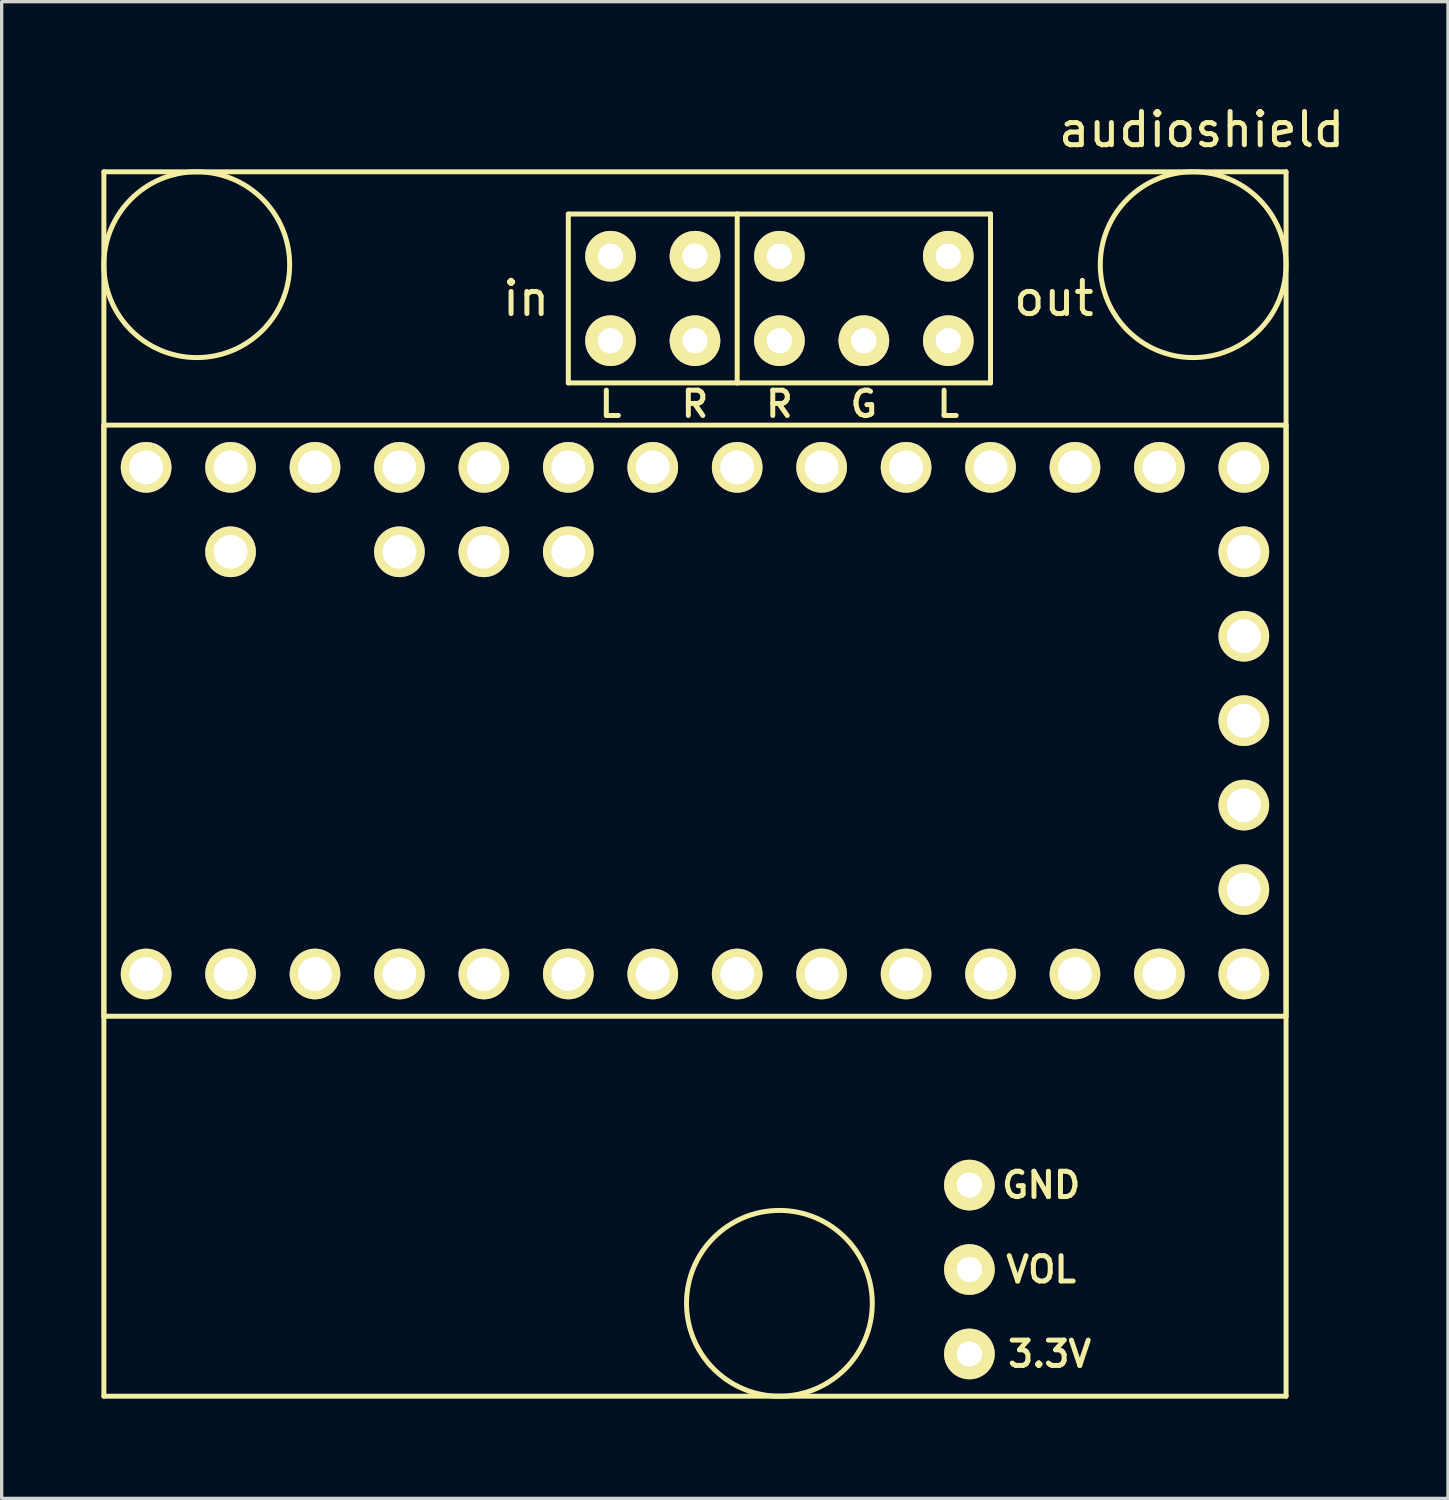
<source format=kicad_pcb>
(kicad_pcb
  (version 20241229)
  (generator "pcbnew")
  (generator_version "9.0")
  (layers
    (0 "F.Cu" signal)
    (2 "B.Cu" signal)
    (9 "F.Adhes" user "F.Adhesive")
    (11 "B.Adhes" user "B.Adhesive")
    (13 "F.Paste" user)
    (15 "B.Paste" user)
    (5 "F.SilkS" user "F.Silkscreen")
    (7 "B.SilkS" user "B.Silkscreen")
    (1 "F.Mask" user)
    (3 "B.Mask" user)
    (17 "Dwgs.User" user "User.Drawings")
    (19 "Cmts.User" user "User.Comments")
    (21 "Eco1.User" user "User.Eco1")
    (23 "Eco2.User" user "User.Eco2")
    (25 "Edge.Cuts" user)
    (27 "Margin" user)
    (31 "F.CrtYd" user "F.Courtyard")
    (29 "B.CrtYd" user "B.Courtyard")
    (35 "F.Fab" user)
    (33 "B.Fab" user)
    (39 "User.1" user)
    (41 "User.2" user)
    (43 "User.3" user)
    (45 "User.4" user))
  (footprint "audioshield"
    (layer "F.Cu")
    (at 1.345 26.248)
    (property "Reference" "audioshield" (at 31.75 -25.4 0) (layer "F.SilkS") (effects (font (size 1 1) (thickness 0.15))))
    (attr through_hole)
    (fp_line (start -1.27 -24.13) (end 34.29 -24.13) (stroke (width 0.15) (type solid)) (layer "F.SilkS"))
    (fp_line (start -1.27 -16.51) (end -1.27 1.27) (stroke (width 0.15) (type solid)) (layer "F.SilkS"))
    (fp_line (start -1.27 1.27) (end 34.29 1.27) (stroke (width 0.15) (type solid)) (layer "F.SilkS"))
    (fp_line (start -1.27 12.7) (end -1.27 -24.13) (stroke (width 0.15) (type solid)) (layer "F.SilkS"))
    (fp_line (start 12.7 -22.86) (end 12.7 -17.78) (stroke (width 0.15) (type solid)) (layer "F.SilkS"))
    (fp_line (start 12.7 -17.78) (end 17.78 -17.78) (stroke (width 0.15) (type solid)) (layer "F.SilkS"))
    (fp_line (start 17.78 -22.86) (end 12.7 -22.86) (stroke (width 0.15) (type solid)) (layer "F.SilkS"))
    (fp_line (start 17.78 -22.86) (end 25.4 -22.86) (stroke (width 0.15) (type solid)) (layer "F.SilkS"))
    (fp_line (start 17.78 -17.78) (end 17.78 -22.86) (stroke (width 0.15) (type solid)) (layer "F.SilkS"))
    (fp_line (start 25.4 -22.86) (end 25.4 -17.78) (stroke (width 0.15) (type solid)) (layer "F.SilkS"))
    (fp_line (start 25.4 -17.78) (end 17.78 -17.78) (stroke (width 0.15) (type solid)) (layer "F.SilkS"))
    (fp_line (start 34.29 -24.13) (end 34.29 12.7) (stroke (width 0.15) (type solid)) (layer "F.SilkS"))
    (fp_line (start 34.29 -16.51) (end -1.27 -16.51) (stroke (width 0.15) (type solid)) (layer "F.SilkS"))
    (fp_line (start 34.29 1.27) (end 34.29 -16.51) (stroke (width 0.15) (type solid)) (layer "F.SilkS"))
    (fp_line (start 34.29 12.7) (end -1.27 12.7) (stroke (width 0.15) (type solid)) (layer "F.SilkS"))
    (fp_circle (center 1.524 -21.336) (end 4.318 -21.336) (stroke (width 0.15) (type solid)) (fill no) (layer "F.SilkS"))
    (fp_circle (center 19.05 9.906) (end 21.844 9.906) (stroke (width 0.15) (type solid)) (fill no) (layer "F.SilkS"))
    (fp_circle (center 31.496 -21.336) (end 34.29 -21.336) (stroke (width 0.15) (type solid)) (fill no) (layer "F.SilkS"))
    (fp_text user "3.3V" (at 27.178 11.43 0) (layer "F.SilkS") (effects (font (size 0.762 0.762) (thickness 0.15))))
    (fp_text user "out" (at 27.305 -20.32 0) (layer "F.SilkS") (effects (font (size 1 1) (thickness 0.15))))
    (fp_text user "L" (at 24.13 -17.145 0) (layer "F.SilkS") (effects (font (size 0.762 0.762) (thickness 0.15))))
    (fp_text user "R" (at 19.05 -17.145 0) (layer "F.SilkS") (effects (font (size 0.762 0.762) (thickness 0.15))))
    (fp_text user "in" (at 11.43 -20.32 0) (layer "F.SilkS") (effects (font (size 1 1) (thickness 0.15))))
    (fp_text user "G" (at 21.59 -17.145 0) (layer "F.SilkS") (effects (font (size 0.762 0.762) (thickness 0.15))))
    (fp_text user "L" (at 13.97 -17.145 0) (layer "F.SilkS") (effects (font (size 0.762 0.762) (thickness 0.15))))
    (fp_text user "R" (at 16.51 -17.145 0) (layer "F.SilkS") (effects (font (size 0.762 0.762) (thickness 0.15))))
    (fp_text user "VOL" (at 26.924 8.89 0) (layer "F.SilkS") (effects (font (size 0.762 0.762) (thickness 0.15))))
    (fp_text user "GND" (at 26.924 6.35 0) (layer "F.SilkS") (effects (font (size 0.762 0.762) (thickness 0.15))))
    (pad "1" thru_hole oval (at 0 0) (size 1.524 1.524) (drill 1.016) (layers "*.Cu" "*.Mask" "F.SilkS"))
    (pad "2" thru_hole oval (at 2.54 0) (size 1.524 1.524) (drill 1.016) (layers "*.Cu" "*.Mask" "F.SilkS"))
    (pad "3" thru_hole oval (at 5.08 0) (size 1.524 1.524) (drill 1.016) (layers "*.Cu" "*.Mask" "F.SilkS"))
    (pad "4" thru_hole oval (at 7.62 0) (size 1.524 1.524) (drill 1.016) (layers "*.Cu" "*.Mask" "F.SilkS"))
    (pad "5" thru_hole oval (at 10.16 0) (size 1.524 1.524) (drill 1.016) (layers "*.Cu" "*.Mask" "F.SilkS"))
    (pad "6" thru_hole oval (at 12.7 0) (size 1.524 1.524) (drill 1.016) (layers "*.Cu" "*.Mask" "F.SilkS"))
    (pad "7" thru_hole oval (at 15.24 0) (size 1.524 1.524) (drill 1.016) (layers "*.Cu" "*.Mask" "F.SilkS"))
    (pad "8" thru_hole oval (at 17.78 0) (size 1.524 1.524) (drill 1.016) (layers "*.Cu" "*.Mask" "F.SilkS"))
    (pad "9" thru_hole oval (at 20.32 0) (size 1.524 1.524) (drill 1.016) (layers "*.Cu" "*.Mask" "F.SilkS"))
    (pad "10" thru_hole oval (at 22.86 0) (size 1.524 1.524) (drill 1.016) (layers "*.Cu" "*.Mask" "F.SilkS"))
    (pad "11" thru_hole oval (at 25.4 0) (size 1.524 1.524) (drill 1.016) (layers "*.Cu" "*.Mask" "F.SilkS"))
    (pad "12" thru_hole oval (at 27.94 0) (size 1.524 1.524) (drill 1.016) (layers "*.Cu" "*.Mask" "F.SilkS"))
    (pad "13" thru_hole oval (at 30.48 0) (size 1.524 1.524) (drill 1.016) (layers "*.Cu" "*.Mask" "F.SilkS"))
    (pad "14" thru_hole oval (at 33.02 0) (size 1.524 1.524) (drill 1.016) (layers "*.Cu" "*.Mask" "F.SilkS"))
    (pad "15" thru_hole oval (at 33.02 -2.54) (size 1.524 1.524) (drill 1.016) (layers "*.Cu" "*.Mask" "F.SilkS"))
    (pad "16" thru_hole oval (at 33.02 -5.08) (size 1.524 1.524) (drill 1.016) (layers "*.Cu" "*.Mask" "F.SilkS"))
    (pad "17" thru_hole oval (at 33.02 -7.62) (size 1.524 1.524) (drill 1.016) (layers "*.Cu" "*.Mask" "F.SilkS"))
    (pad "18" thru_hole oval (at 33.02 -10.16) (size 1.524 1.524) (drill 1.016) (layers "*.Cu" "*.Mask" "F.SilkS"))
    (pad "19" thru_hole oval (at 33.02 -12.7) (size 1.524 1.524) (drill 1.016) (layers "*.Cu" "*.Mask" "F.SilkS"))
    (pad "20" thru_hole oval (at 33.02 -15.24) (size 1.524 1.524) (drill 1.016) (layers "*.Cu" "*.Mask" "F.SilkS"))
    (pad "21" thru_hole oval (at 30.48 -15.24) (size 1.524 1.524) (drill 1.016) (layers "*.Cu" "*.Mask" "F.SilkS"))
    (pad "22" thru_hole oval (at 27.94 -15.24) (size 1.524 1.524) (drill 1.016) (layers "*.Cu" "*.Mask" "F.SilkS"))
    (pad "23" thru_hole oval (at 25.4 -15.24) (size 1.524 1.524) (drill 1.016) (layers "*.Cu" "*.Mask" "F.SilkS"))
    (pad "24" thru_hole oval (at 22.86 -15.24) (size 1.524 1.524) (drill 1.016) (layers "*.Cu" "*.Mask" "F.SilkS"))
    (pad "25" thru_hole oval (at 20.32 -15.24) (size 1.524 1.524) (drill 1.016) (layers "*.Cu" "*.Mask" "F.SilkS"))
    (pad "26" thru_hole oval (at 17.78 -15.24) (size 1.524 1.524) (drill 1.016) (layers "*.Cu" "*.Mask" "F.SilkS"))
    (pad "27" thru_hole oval (at 15.24 -15.24) (size 1.524 1.524) (drill 1.016) (layers "*.Cu" "*.Mask" "F.SilkS"))
    (pad "28" thru_hole oval (at 12.7 -15.24) (size 1.524 1.524) (drill 1.016) (layers "*.Cu" "*.Mask" "F.SilkS"))
    (pad "29" thru_hole oval (at 10.16 -15.24) (size 1.524 1.524) (drill 1.016) (layers "*.Cu" "*.Mask" "F.SilkS"))
    (pad "30" thru_hole oval (at 7.62 -15.24) (size 1.524 1.524) (drill 1.016) (layers "*.Cu" "*.Mask" "F.SilkS"))
    (pad "31" thru_hole oval (at 5.08 -15.24) (size 1.524 1.524) (drill 1.016) (layers "*.Cu" "*.Mask" "F.SilkS"))
    (pad "32" thru_hole oval (at 2.54 -15.24) (size 1.524 1.524) (drill 1.016) (layers "*.Cu" "*.Mask" "F.SilkS"))
    (pad "33" thru_hole oval (at 0 -15.24) (size 1.524 1.524) (drill 1.016) (layers "*.Cu" "*.Mask" "F.SilkS"))
    (pad "34" thru_hole oval (at 2.54 -12.7) (size 1.524 1.524) (drill 1.016) (layers "*.Cu" "*.Mask" "F.SilkS"))
    (pad "35" thru_hole oval (at 7.62 -12.7) (size 1.524 1.524) (drill 1.016) (layers "*.Cu" "*.Mask" "F.SilkS"))
    (pad "36" thru_hole oval (at 10.16 -12.7) (size 1.524 1.524) (drill 1.016) (layers "*.Cu" "*.Mask" "F.SilkS"))
    (pad "37" thru_hole oval (at 12.7 -12.7) (size 1.524 1.524) (drill 1.016) (layers "*.Cu" "*.Mask" "F.SilkS"))
    (pad "38" thru_hole circle (at 13.97 -19.05) (size 1.524 1.524) (drill 0.762) (layers "*.Cu" "*.Mask" "F.SilkS"))
    (pad "39" thru_hole circle (at 13.97 -21.59) (size 1.524 1.524) (drill 0.762) (layers "*.Cu" "*.Mask" "F.SilkS"))
    (pad "40" thru_hole circle (at 16.51 -21.59) (size 1.524 1.524) (drill 0.762) (layers "*.Cu" "*.Mask" "F.SilkS"))
    (pad "41" thru_hole circle (at 16.51 -19.05) (size 1.524 1.524) (drill 0.762) (layers "*.Cu" "*.Mask" "F.SilkS"))
    (pad "42" thru_hole circle (at 19.05 -19.05) (size 1.524 1.524) (drill 0.762) (layers "*.Cu" "*.Mask" "F.SilkS"))
    (pad "43" thru_hole circle (at 21.59 -19.05) (size 1.524 1.524) (drill 0.762) (layers "*.Cu" "*.Mask" "F.SilkS"))
    (pad "44" thru_hole circle (at 24.13 -19.05) (size 1.524 1.524) (drill 0.762) (layers "*.Cu" "*.Mask" "F.SilkS"))
    (pad "45" thru_hole circle (at 19.05 -21.59) (size 1.524 1.524) (drill 0.762) (layers "*.Cu" "*.Mask" "F.SilkS"))
    (pad "46" thru_hole circle (at 24.13 -21.59) (size 1.524 1.524) (drill 0.762) (layers "*.Cu" "*.Mask" "F.SilkS"))
    (pad "47" thru_hole circle (at 24.765 11.43) (size 1.524 1.524) (drill 0.762) (layers "*.Cu" "*.Mask" "F.SilkS"))
    (pad "48" thru_hole circle (at 24.765 8.89) (size 1.524 1.524) (drill 0.762) (layers "*.Cu" "*.Mask" "F.SilkS"))
    (pad "49" thru_hole circle (at 24.765 6.35) (size 1.524 1.524) (drill 0.762) (layers "*.Cu" "*.Mask" "F.SilkS")))
  (gr_rect
    (start -3 -3)
    (end 40.506 42.023)
    (stroke (width 0.1) (type default))
    (fill no)
    (layer "Edge.Cuts")))
</source>
